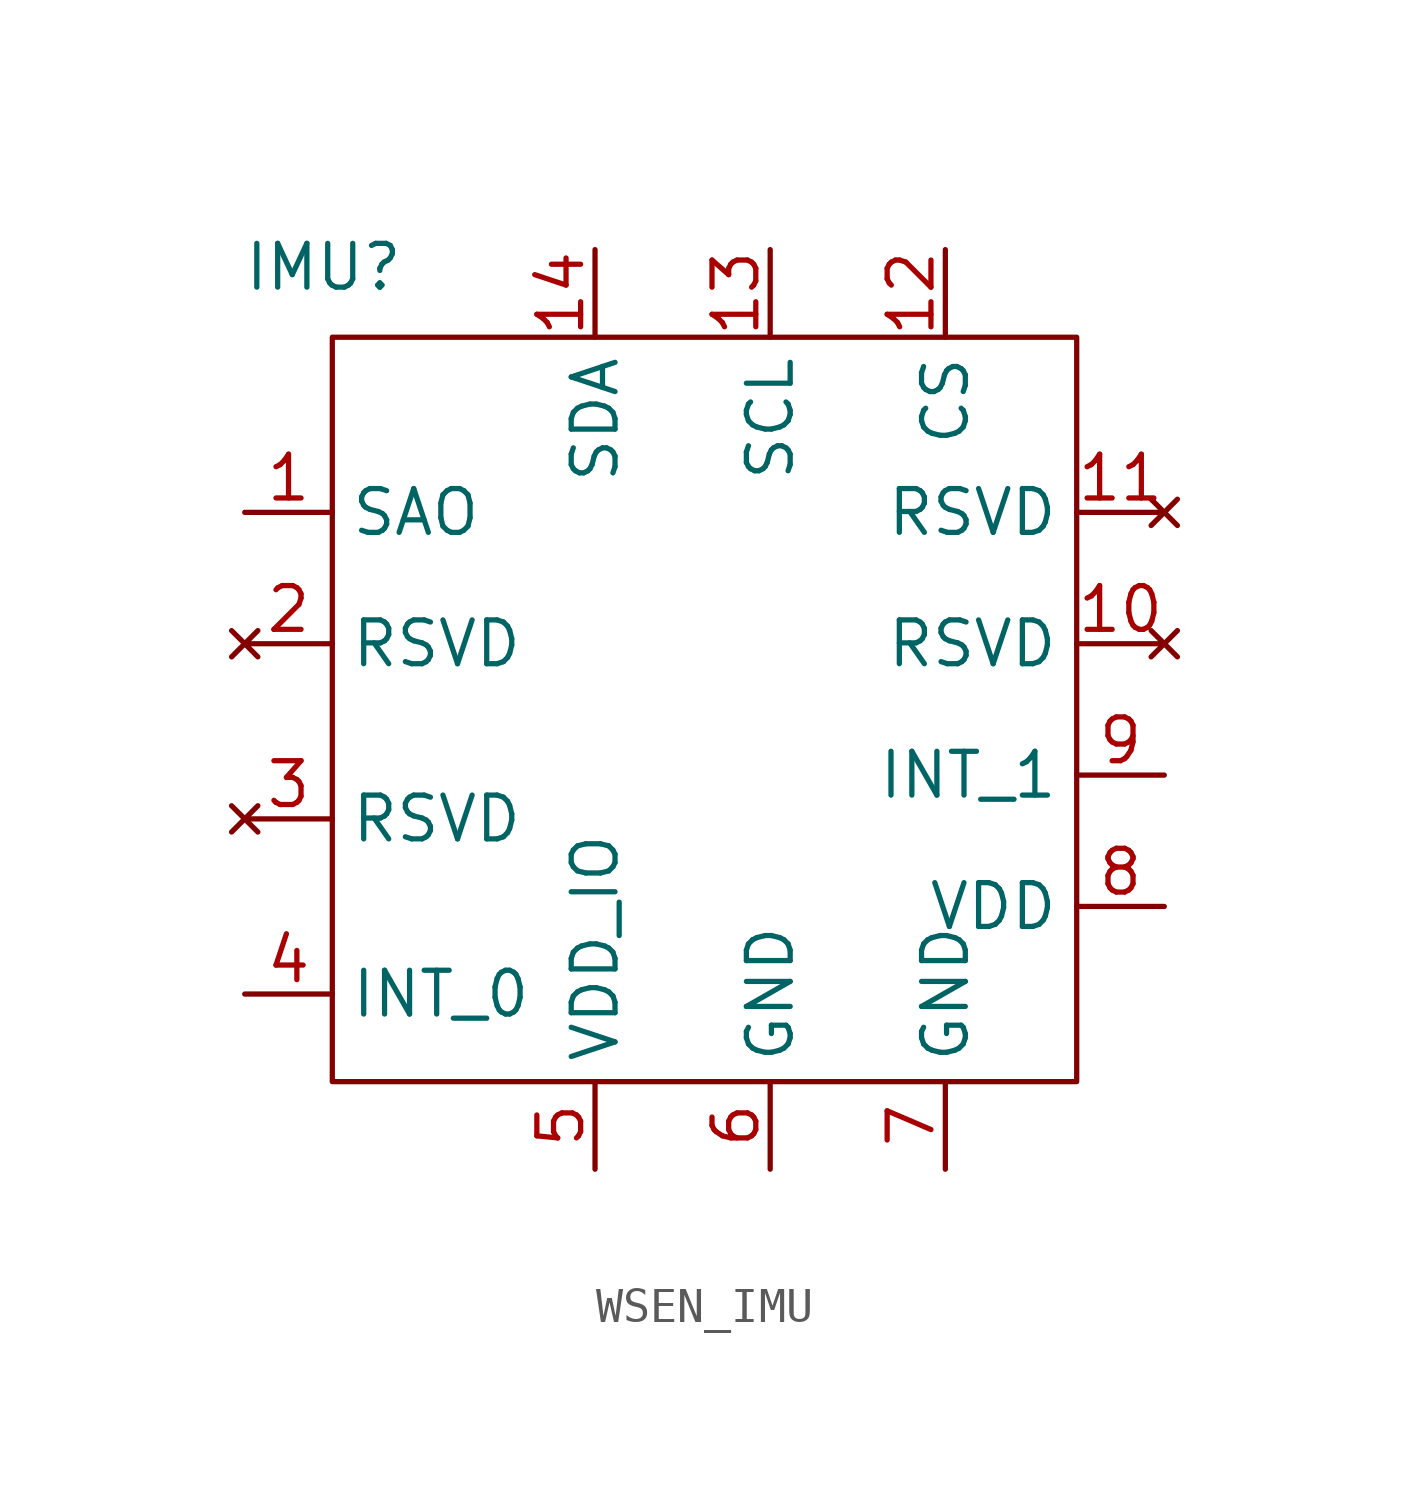
<source format=kicad_sym>
(kicad_symbol_lib
  (version 20231120)
  (generator "kicad_symbol_editor")
  (generator_version "8.0")
  (symbol "WSEN_IMU"
    (property "Reference" "IMU"
      (at -16.764 12.192 0)
      (effects (font (size 1.27 1.27))))
    (property "Value" ""
      (at -0.508 4.572 0)
      (effects (font (size 1.27 1.27))))
    (symbol "WSEN_IMU_0_1"
      (rectangle (start -16.51 10.16) (end 5.08 -11.43) (stroke (width 0) (type default)) (fill (type none))))
    (symbol "WSEN_IMU_1_1"
      (pin input line (at -19.05 5.08 0) (length 2.54) (name "SAO" (effects (font (size 1.27 1.27)))) (number "1" (effects (font (size 1.27 1.27)))))
      (pin no_connect line (at 7.62 1.27 180) (length 2.54) (name "RSVD" (effects (font (size 1.27 1.27)))) (number "10" (effects (font (size 1.27 1.27)))))
      (pin no_connect line (at 7.62 5.08 180) (length 2.54) (name "RSVD" (effects (font (size 1.27 1.27)))) (number "11" (effects (font (size 1.27 1.27)))))
      (pin input line (at 1.27 12.7 270) (length 2.54) (name "CS" (effects (font (size 1.27 1.27)))) (number "12" (effects (font (size 1.27 1.27)))))
      (pin input line (at -3.81 12.7 270) (length 2.54) (name "SCL" (effects (font (size 1.27 1.27)))) (number "13" (effects (font (size 1.27 1.27)))))
      (pin bidirectional line (at -8.89 12.7 270) (length 2.54) (name "SDA" (effects (font (size 1.27 1.27)))) (number "14" (effects (font (size 1.27 1.27)))))
      (pin no_connect line (at -19.05 1.27 0) (length 2.54) (name "RSVD" (effects (font (size 1.27 1.27)))) (number "2" (effects (font (size 1.27 1.27)))))
      (pin no_connect line (at -19.05 -3.81 0) (length 2.54) (name "RSVD" (effects (font (size 1.27 1.27)))) (number "3" (effects (font (size 1.27 1.27)))))
      (pin output line (at -19.05 -8.89 0) (length 2.54) (name "INT_0" (effects (font (size 1.27 1.27)))) (number "4" (effects (font (size 1.27 1.27)))))
      (pin input line (at -8.89 -13.97 90) (length 2.54) (name "VDD_IO" (effects (font (size 1.27 1.27)))) (number "5" (effects (font (size 1.27 1.27)))))
      (pin input line (at -3.81 -13.97 90) (length 2.54) (name "GND" (effects (font (size 1.27 1.27)))) (number "6" (effects (font (size 1.27 1.27)))))
      (pin input line (at 1.27 -13.97 90) (length 2.54) (name "GND" (effects (font (size 1.27 1.27)))) (number "7" (effects (font (size 1.27 1.27)))))
      (pin input line (at 7.62 -6.35 180) (length 2.54) (name "VDD" (effects (font (size 1.27 1.27)))) (number "8" (effects (font (size 1.27 1.27)))))
      (pin output line (at 7.62 -2.54 180) (length 2.54) (name "INT_1" (effects (font (size 1.27 1.27)))) (number "9" (effects (font (size 1.27 1.27))))))))
</source>
